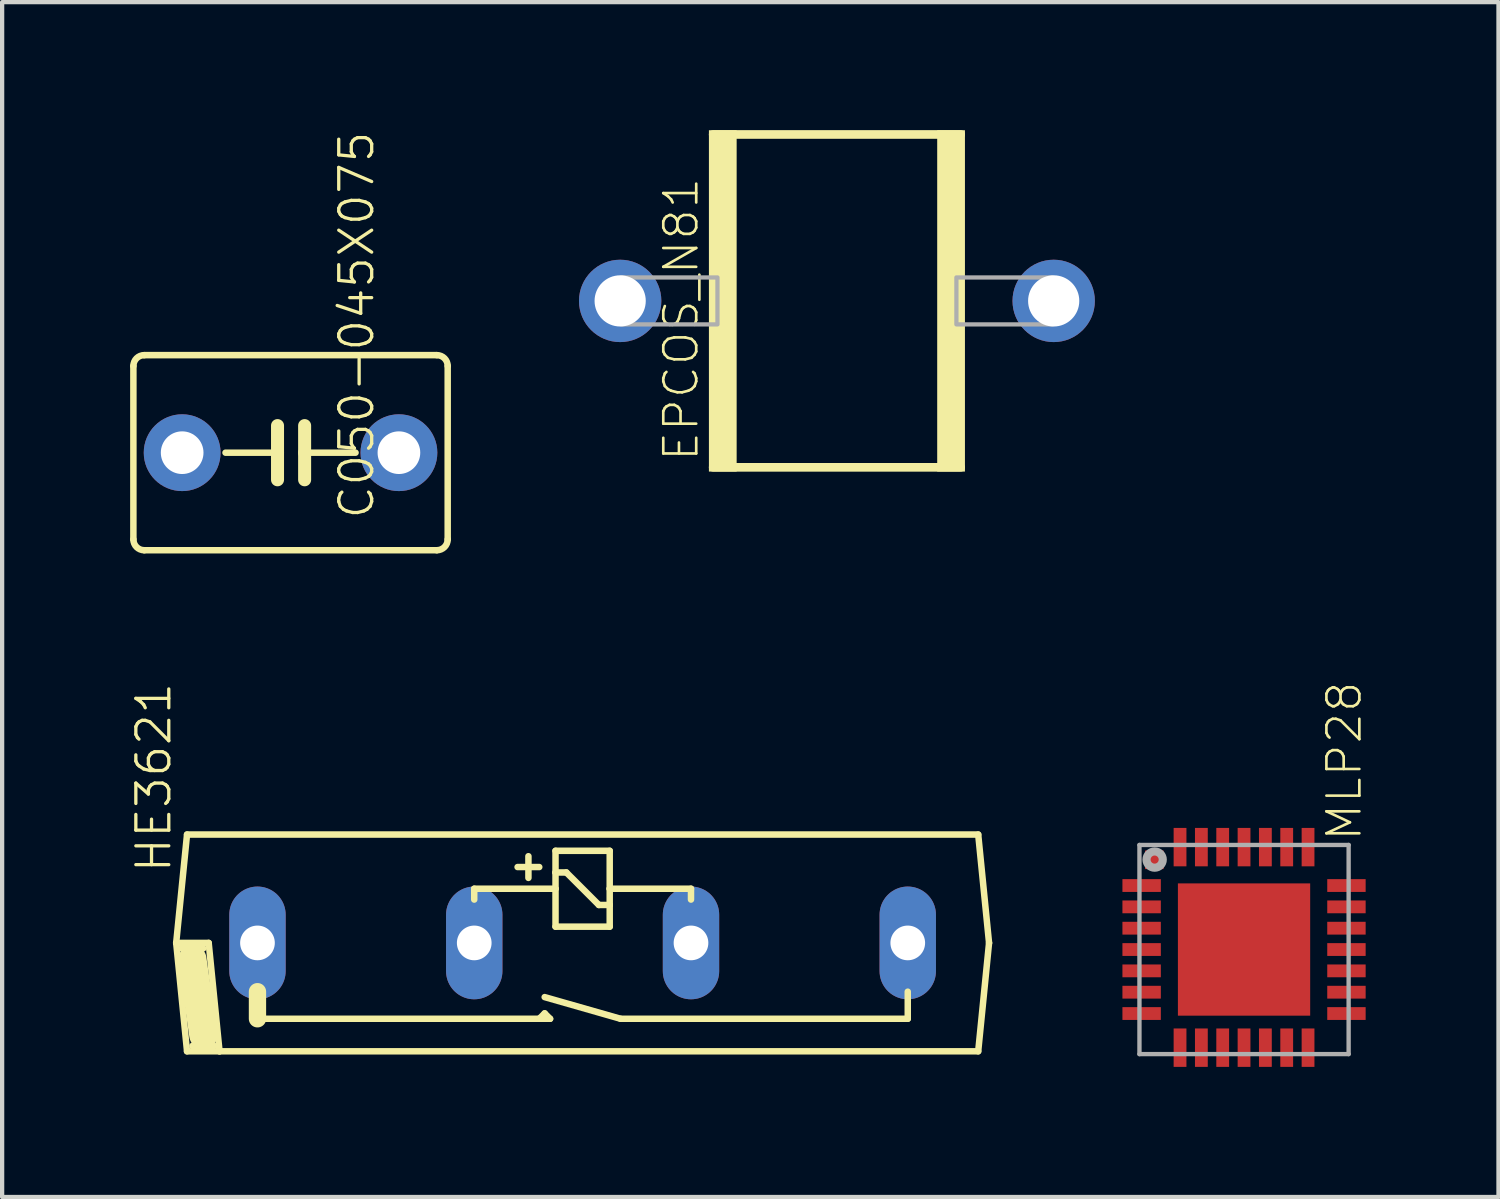
<source format=kicad_pcb>
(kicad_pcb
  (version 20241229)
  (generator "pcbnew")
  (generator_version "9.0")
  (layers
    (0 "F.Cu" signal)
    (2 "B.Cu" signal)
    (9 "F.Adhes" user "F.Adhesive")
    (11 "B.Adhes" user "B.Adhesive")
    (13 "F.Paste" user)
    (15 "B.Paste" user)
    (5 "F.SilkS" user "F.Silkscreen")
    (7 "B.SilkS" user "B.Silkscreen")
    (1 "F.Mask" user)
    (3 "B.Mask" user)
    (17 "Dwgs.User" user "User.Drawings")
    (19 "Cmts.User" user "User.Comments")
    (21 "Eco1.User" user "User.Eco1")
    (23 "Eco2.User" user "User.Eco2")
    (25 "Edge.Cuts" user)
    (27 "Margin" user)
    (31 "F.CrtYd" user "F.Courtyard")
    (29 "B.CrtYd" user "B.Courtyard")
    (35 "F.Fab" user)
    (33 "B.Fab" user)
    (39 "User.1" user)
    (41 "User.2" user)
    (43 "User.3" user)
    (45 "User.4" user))
  (footprint "HE3621"
    (layer "F.Cu")
    (at 10.604 19.048)
    (property "Reference" "HE3621" (at -9.6 -1.6 270) (layer "F.SilkS") (effects (font (size 0.772 0.772) (thickness 0.077)) (justify left bottom)))
    (attr through_hole)
    (fp_line (start -9.525 0) (end -9.271 -2.54) (stroke (width 0.152) (type solid)) (layer "F.SilkS"))
    (fp_line (start -9.525 0) (end -8.763 0) (stroke (width 0.152) (type solid)) (layer "F.SilkS"))
    (fp_line (start -9.271 -2.54) (end 9.271 -2.54) (stroke (width 0.152) (type solid)) (layer "F.SilkS"))
    (fp_line (start -9.271 2.54) (end -9.525 0) (stroke (width 0.152) (type solid)) (layer "F.SilkS"))
    (fp_line (start -9.144 0.381) (end -8.89 2.159) (stroke (width 0.66) (type solid)) (layer "F.SilkS"))
    (fp_line (start -8.89 0.127) (end -9.398 0.127) (stroke (width 0.152) (type solid)) (layer "F.SilkS"))
    (fp_line (start -8.763 0) (end -8.509 2.54) (stroke (width 0.152) (type solid)) (layer "F.SilkS"))
    (fp_line (start -8.636 2.413) (end -9.144 2.413) (stroke (width 0.152) (type solid)) (layer "F.SilkS"))
    (fp_line (start -8.509 2.54) (end -9.271 2.54) (stroke (width 0.152) (type solid)) (layer "F.SilkS"))
    (fp_line (start -7.62 1.778) (end -7.62 1.143) (stroke (width 0.406) (type solid)) (layer "F.SilkS"))
    (fp_line (start -2.54 -1.016) (end -2.54 -1.27) (stroke (width 0.152) (type solid)) (layer "F.SilkS"))
    (fp_line (start -1.524 -1.778) (end -1.016 -1.778) (stroke (width 0.152) (type solid)) (layer "F.SilkS"))
    (fp_line (start -1.27 -1.524) (end -1.27 -2.032) (stroke (width 0.152) (type solid)) (layer "F.SilkS"))
    (fp_line (start -1.016 1.778) (end -7.62 1.778) (stroke (width 0.152) (type solid)) (layer "F.SilkS"))
    (fp_line (start -0.889 1.651) (end -1.016 1.778) (stroke (width 0.152) (type solid)) (layer "F.SilkS"))
    (fp_line (start -0.762 1.778) (end -1.016 1.778) (stroke (width 0.152) (type solid)) (layer "F.SilkS"))
    (fp_line (start -0.762 1.778) (end -0.889 1.651) (stroke (width 0.152) (type solid)) (layer "F.SilkS"))
    (fp_line (start -0.635 -2.159) (end -0.635 -1.651) (stroke (width 0.152) (type solid)) (layer "F.SilkS"))
    (fp_line (start -0.635 -1.651) (end -0.635 -1.27) (stroke (width 0.152) (type solid)) (layer "F.SilkS"))
    (fp_line (start -0.635 -1.651) (end -0.381 -1.651) (stroke (width 0.152) (type solid)) (layer "F.SilkS"))
    (fp_line (start -0.635 -1.27) (end -2.54 -1.27) (stroke (width 0.152) (type solid)) (layer "F.SilkS"))
    (fp_line (start -0.635 -1.27) (end -0.635 -0.381) (stroke (width 0.152) (type solid)) (layer "F.SilkS"))
    (fp_line (start -0.635 -0.381) (end 0.635 -0.381) (stroke (width 0.152) (type solid)) (layer "F.SilkS"))
    (fp_line (start -0.381 -1.651) (end 0.381 -0.889) (stroke (width 0.152) (type solid)) (layer "F.SilkS"))
    (fp_line (start 0.381 -0.889) (end 0.635 -0.889) (stroke (width 0.152) (type solid)) (layer "F.SilkS"))
    (fp_line (start 0.635 -2.159) (end -0.635 -2.159) (stroke (width 0.152) (type solid)) (layer "F.SilkS"))
    (fp_line (start 0.635 -1.27) (end 0.635 -2.159) (stroke (width 0.152) (type solid)) (layer "F.SilkS"))
    (fp_line (start 0.635 -1.27) (end 2.54 -1.27) (stroke (width 0.152) (type solid)) (layer "F.SilkS"))
    (fp_line (start 0.635 -0.889) (end 0.635 -1.27) (stroke (width 0.152) (type solid)) (layer "F.SilkS"))
    (fp_line (start 0.635 -0.381) (end 0.635 -0.889) (stroke (width 0.152) (type solid)) (layer "F.SilkS"))
    (fp_line (start 0.889 1.778) (end -0.889 1.27) (stroke (width 0.152) (type solid)) (layer "F.SilkS"))
    (fp_line (start 2.54 -1.016) (end 2.54 -1.27) (stroke (width 0.152) (type solid)) (layer "F.SilkS"))
    (fp_line (start 7.62 1.143) (end 7.62 1.778) (stroke (width 0.152) (type solid)) (layer "F.SilkS"))
    (fp_line (start 7.62 1.778) (end 0.889 1.778) (stroke (width 0.152) (type solid)) (layer "F.SilkS"))
    (fp_line (start 9.271 -2.54) (end 9.525 0) (stroke (width 0.152) (type solid)) (layer "F.SilkS"))
    (fp_line (start 9.271 2.54) (end -8.509 2.54) (stroke (width 0.152) (type solid)) (layer "F.SilkS"))
    (fp_line (start 9.525 0) (end 9.271 2.54) (stroke (width 0.152) (type solid)) (layer "F.SilkS"))
    (pad "1" thru_hole oval (at -7.62 0 90) (size 2.642 1.321) (drill 0.813) (layers "*.Cu" "*.Mask"))
    (pad "2" thru_hole oval (at -2.54 0 90) (size 2.642 1.321) (drill 0.813) (layers "*.Cu" "*.Mask"))
    (pad "3" thru_hole oval (at 2.54 0 90) (size 2.642 1.321) (drill 0.813) (layers "*.Cu" "*.Mask"))
    (pad "4" thru_hole oval (at 7.62 0 90) (size 2.642 1.321) (drill 0.813) (layers "*.Cu" "*.Mask")))
  (footprint "C050-045X075"
    (layer "F.Cu")
    (at 3.759 7.559)
    (property "Reference" "C050-045X075" (at 2 1.6 270) (layer "F.SilkS") (effects (font (size 0.772 0.772) (thickness 0.077)) (justify left bottom)))
    (attr through_hole)
    (fp_line (start -3.683 -2.032) (end -3.683 2.032) (stroke (width 0.152) (type solid)) (layer "F.SilkS"))
    (fp_line (start -3.429 2.286) (end 3.429 2.286) (stroke (width 0.152) (type solid)) (layer "F.SilkS"))
    (fp_line (start -0.305 -0.635) (end -0.305 0) (stroke (width 0.305) (type solid)) (layer "F.SilkS"))
    (fp_line (start -0.305 0) (end -1.524 0) (stroke (width 0.152) (type solid)) (layer "F.SilkS"))
    (fp_line (start -0.305 0) (end -0.305 0.635) (stroke (width 0.305) (type solid)) (layer "F.SilkS"))
    (fp_line (start 0.33 -0.635) (end 0.33 0) (stroke (width 0.305) (type solid)) (layer "F.SilkS"))
    (fp_line (start 0.33 0) (end 0.33 0.635) (stroke (width 0.305) (type solid)) (layer "F.SilkS"))
    (fp_line (start 0.33 0) (end 1.524 0) (stroke (width 0.152) (type solid)) (layer "F.SilkS"))
    (fp_line (start 3.429 -2.286) (end -3.429 -2.286) (stroke (width 0.152) (type solid)) (layer "F.SilkS"))
    (fp_line (start 3.683 2.032) (end 3.683 -2.032) (stroke (width 0.152) (type solid)) (layer "F.SilkS"))
    (fp_arc (start -3.683 -2.032) (mid -3.608605 -2.211605) (end -3.429 -2.286) (stroke (width 0.1524) (type solid)) (layer "F.SilkS"))
    (fp_arc (start -3.429 2.286) (mid -3.608605 2.211605) (end -3.683 2.032) (stroke (width 0.1524) (type solid)) (layer "F.SilkS"))
    (fp_arc (start 3.429 -2.286) (mid 3.608605 -2.211605) (end 3.683 -2.032) (stroke (width 0.1524) (type solid)) (layer "F.SilkS"))
    (fp_arc (start 3.683 2.032) (mid 3.608605 2.211605) (end 3.429 2.286) (stroke (width 0.1524) (type solid)) (layer "F.SilkS"))
    (pad "1" thru_hole circle (at -2.54 0) (size 1.8 1.8) (drill 1) (layers "*.Cu" "*.Mask"))
    (pad "2" thru_hole circle (at 2.54 0) (size 1.8 1.8) (drill 1) (layers "*.Cu" "*.Mask")))
  (footprint "MLP28"
    (layer "F.Cu")
    (at 26.105 19.203)
    (property "Reference" "MLP28" (at 2.8 -2.5 270) (layer "F.SilkS") (effects (font (size 0.772 0.772) (thickness 0.062)) (justify left bottom)))
    (attr through_hole)
    (fp_poly (pts (xy -2.9 -1.3) (xy -1.9 -1.3) (xy -1.9 -1.7) (xy -2.9 -1.7)) (stroke (width 0) (type solid)) (fill yes) (layer "F.Mask"))
    (fp_poly (pts (xy -2.9 -0.8) (xy -1.9 -0.8) (xy -1.9 -1.2) (xy -2.9 -1.2)) (stroke (width 0) (type solid)) (fill yes) (layer "F.Mask"))
    (fp_poly (pts (xy -2.9 -0.3) (xy -1.9 -0.3) (xy -1.9 -0.7) (xy -2.9 -0.7)) (stroke (width 0) (type solid)) (fill yes) (layer "F.Mask"))
    (fp_poly (pts (xy -2.9 0.2) (xy -1.9 0.2) (xy -1.9 -0.2) (xy -2.9 -0.2)) (stroke (width 0) (type solid)) (fill yes) (layer "F.Mask"))
    (fp_poly (pts (xy -2.9 0.7) (xy -1.9 0.7) (xy -1.9 0.3) (xy -2.9 0.3)) (stroke (width 0) (type solid)) (fill yes) (layer "F.Mask"))
    (fp_poly (pts (xy -2.9 1.2) (xy -1.9 1.2) (xy -1.9 0.8) (xy -2.9 0.8)) (stroke (width 0) (type solid)) (fill yes) (layer "F.Mask"))
    (fp_poly (pts (xy -2.9 1.7) (xy -1.9 1.7) (xy -1.9 1.3) (xy -2.9 1.3)) (stroke (width 0) (type solid)) (fill yes) (layer "F.Mask"))
    (fp_poly (pts (xy -2.35 -1.85) (xy -1.85 -1.85) (xy -1.85 -2.35) (xy -2.35 -2.35)) (stroke (width 0) (type solid)) (fill yes) (layer "F.Mask"))
    (fp_poly (pts (xy -1.65 1.65) (xy 1.65 1.65) (xy 1.65 -1.65) (xy -1.65 -1.65)) (stroke (width 0) (type solid)) (fill yes) (layer "F.Mask"))
    (fp_poly (pts (xy -1.3 -1.9) (xy -1.3 -2.9) (xy -1.7 -2.9) (xy -1.7 -1.9)) (stroke (width 0) (type solid)) (fill yes) (layer "F.Mask"))
    (fp_poly (pts (xy -1.3 2.8) (xy -1.3 1.8) (xy -1.7 1.8) (xy -1.7 2.8)) (stroke (width 0) (type solid)) (fill yes) (layer "F.Mask"))
    (fp_poly (pts (xy -0.8 -1.9) (xy -0.8 -2.9) (xy -1.2 -2.9) (xy -1.2 -1.9)) (stroke (width 0) (type solid)) (fill yes) (layer "F.Mask"))
    (fp_poly (pts (xy -0.8 2.8) (xy -0.8 1.8) (xy -1.2 1.8) (xy -1.2 2.8)) (stroke (width 0) (type solid)) (fill yes) (layer "F.Mask"))
    (fp_poly (pts (xy -0.3 -1.9) (xy -0.3 -2.9) (xy -0.7 -2.9) (xy -0.7 -1.9)) (stroke (width 0) (type solid)) (fill yes) (layer "F.Mask"))
    (fp_poly (pts (xy -0.3 2.8) (xy -0.3 1.8) (xy -0.7 1.8) (xy -0.7 2.8)) (stroke (width 0) (type solid)) (fill yes) (layer "F.Mask"))
    (fp_poly (pts (xy 0.2 -1.9) (xy 0.2 -2.9) (xy -0.2 -2.9) (xy -0.2 -1.9)) (stroke (width 0) (type solid)) (fill yes) (layer "F.Mask"))
    (fp_poly (pts (xy 0.2 2.8) (xy 0.2 1.8) (xy -0.2 1.8) (xy -0.2 2.8)) (stroke (width 0) (type solid)) (fill yes) (layer "F.Mask"))
    (fp_poly (pts (xy 0.7 -1.9) (xy 0.7 -2.9) (xy 0.3 -2.9) (xy 0.3 -1.9)) (stroke (width 0) (type solid)) (fill yes) (layer "F.Mask"))
    (fp_poly (pts (xy 0.7 2.8) (xy 0.7 1.8) (xy 0.3 1.8) (xy 0.3 2.8)) (stroke (width 0) (type solid)) (fill yes) (layer "F.Mask"))
    (fp_poly (pts (xy 1.2 -1.9) (xy 1.2 -2.9) (xy 0.8 -2.9) (xy 0.8 -1.9)) (stroke (width 0) (type solid)) (fill yes) (layer "F.Mask"))
    (fp_poly (pts (xy 1.2 2.8) (xy 1.2 1.8) (xy 0.8 1.8) (xy 0.8 2.8)) (stroke (width 0) (type solid)) (fill yes) (layer "F.Mask"))
    (fp_poly (pts (xy 1.7 -1.9) (xy 1.7 -2.9) (xy 1.3 -2.9) (xy 1.3 -1.9)) (stroke (width 0) (type solid)) (fill yes) (layer "F.Mask"))
    (fp_poly (pts (xy 1.7 2.8) (xy 1.7 1.8) (xy 1.3 1.8) (xy 1.3 2.8)) (stroke (width 0) (type solid)) (fill yes) (layer "F.Mask"))
    (fp_poly (pts (xy 1.9 -1.3) (xy 2.9 -1.3) (xy 2.9 -1.7) (xy 1.9 -1.7)) (stroke (width 0) (type solid)) (fill yes) (layer "F.Mask"))
    (fp_poly (pts (xy 1.9 -0.8) (xy 2.9 -0.8) (xy 2.9 -1.2) (xy 1.9 -1.2)) (stroke (width 0) (type solid)) (fill yes) (layer "F.Mask"))
    (fp_poly (pts (xy 1.9 -0.3) (xy 2.9 -0.3) (xy 2.9 -0.7) (xy 1.9 -0.7)) (stroke (width 0) (type solid)) (fill yes) (layer "F.Mask"))
    (fp_poly (pts (xy 1.9 0.2) (xy 2.9 0.2) (xy 2.9 -0.2) (xy 1.9 -0.2)) (stroke (width 0) (type solid)) (fill yes) (layer "F.Mask"))
    (fp_poly (pts (xy 1.9 0.7) (xy 2.9 0.7) (xy 2.9 0.3) (xy 1.9 0.3)) (stroke (width 0) (type solid)) (fill yes) (layer "F.Mask"))
    (fp_poly (pts (xy 1.9 1.2) (xy 2.9 1.2) (xy 2.9 0.8) (xy 1.9 0.8)) (stroke (width 0) (type solid)) (fill yes) (layer "F.Mask"))
    (fp_poly (pts (xy 1.9 1.7) (xy 2.9 1.7) (xy 2.9 1.3) (xy 1.9 1.3)) (stroke (width 0) (type solid)) (fill yes) (layer "F.Mask"))
    (fp_poly (pts (xy -2.58 -1.37) (xy -2.02 -1.37) (xy -2.02 -1.63) (xy -2.58 -1.63)) (stroke (width 0) (type solid)) (fill yes) (layer "F.Paste"))
    (fp_poly (pts (xy -2.58 -0.87) (xy -2.02 -0.87) (xy -2.02 -1.13) (xy -2.58 -1.13)) (stroke (width 0) (type solid)) (fill yes) (layer "F.Paste"))
    (fp_poly (pts (xy -2.58 -0.37) (xy -2.02 -0.37) (xy -2.02 -0.63) (xy -2.58 -0.63)) (stroke (width 0) (type solid)) (fill yes) (layer "F.Paste"))
    (fp_poly (pts (xy -2.58 0.13) (xy -2.02 0.13) (xy -2.02 -0.13) (xy -2.58 -0.13)) (stroke (width 0) (type solid)) (fill yes) (layer "F.Paste"))
    (fp_poly (pts (xy -2.58 0.63) (xy -2.02 0.63) (xy -2.02 0.37) (xy -2.58 0.37)) (stroke (width 0) (type solid)) (fill yes) (layer "F.Paste"))
    (fp_poly (pts (xy -2.58 1.13) (xy -2.02 1.13) (xy -2.02 0.87) (xy -2.58 0.87)) (stroke (width 0) (type solid)) (fill yes) (layer "F.Paste"))
    (fp_poly (pts (xy -2.58 1.63) (xy -2.02 1.63) (xy -2.02 1.37) (xy -2.58 1.37)) (stroke (width 0) (type solid)) (fill yes) (layer "F.Paste"))
    (fp_poly (pts (xy -2.3 -1.9) (xy -1.9 -1.9) (xy -1.9 -2.3) (xy -2.3 -2.3)) (stroke (width 0) (type solid)) (fill yes) (layer "F.Paste"))
    (fp_poly (pts (xy -1.63 -2.58) (xy -1.63 -2.02) (xy -1.37 -2.02) (xy -1.37 -2.58)) (stroke (width 0) (type solid)) (fill yes) (layer "F.Paste"))
    (fp_poly (pts (xy -1.37 2.58) (xy -1.37 2.02) (xy -1.63 2.02) (xy -1.63 2.58)) (stroke (width 0) (type solid)) (fill yes) (layer "F.Paste"))
    (fp_poly (pts (xy -1.28 -1.12) (xy -0.72 -1.12) (xy -0.72 -1.38) (xy -1.28 -1.38)) (stroke (width 0) (type solid)) (fill yes) (layer "F.Paste"))
    (fp_poly (pts (xy -1.28 -0.62) (xy -0.72 -0.62) (xy -0.72 -0.88) (xy -1.28 -0.88)) (stroke (width 0) (type solid)) (fill yes) (layer "F.Paste"))
    (fp_poly (pts (xy -1.28 -0.12) (xy -0.72 -0.12) (xy -0.72 -0.38) (xy -1.28 -0.38)) (stroke (width 0) (type solid)) (fill yes) (layer "F.Paste"))
    (fp_poly (pts (xy -1.28 0.38) (xy -0.72 0.38) (xy -0.72 0.12) (xy -1.28 0.12)) (stroke (width 0) (type solid)) (fill yes) (layer "F.Paste"))
    (fp_poly (pts (xy -1.28 0.88) (xy -0.72 0.88) (xy -0.72 0.62) (xy -1.28 0.62)) (stroke (width 0) (type solid)) (fill yes) (layer "F.Paste"))
    (fp_poly (pts (xy -1.28 1.38) (xy -0.72 1.38) (xy -0.72 1.12) (xy -1.28 1.12)) (stroke (width 0) (type solid)) (fill yes) (layer "F.Paste"))
    (fp_poly (pts (xy -1.13 -2.58) (xy -1.13 -2.02) (xy -0.87 -2.02) (xy -0.87 -2.58)) (stroke (width 0) (type solid)) (fill yes) (layer "F.Paste"))
    (fp_poly (pts (xy -0.87 2.58) (xy -0.87 2.02) (xy -1.13 2.02) (xy -1.13 2.58)) (stroke (width 0) (type solid)) (fill yes) (layer "F.Paste"))
    (fp_poly (pts (xy -0.63 -2.58) (xy -0.63 -2.02) (xy -0.37 -2.02) (xy -0.37 -2.58)) (stroke (width 0) (type solid)) (fill yes) (layer "F.Paste"))
    (fp_poly (pts (xy -0.37 2.58) (xy -0.37 2.02) (xy -0.63 2.02) (xy -0.63 2.58)) (stroke (width 0) (type solid)) (fill yes) (layer "F.Paste"))
    (fp_poly (pts (xy -0.28 -1.12) (xy 0.28 -1.12) (xy 0.28 -1.38) (xy -0.28 -1.38)) (stroke (width 0) (type solid)) (fill yes) (layer "F.Paste"))
    (fp_poly (pts (xy -0.28 -0.62) (xy 0.28 -0.62) (xy 0.28 -0.88) (xy -0.28 -0.88)) (stroke (width 0) (type solid)) (fill yes) (layer "F.Paste"))
    (fp_poly (pts (xy -0.28 -0.12) (xy 0.28 -0.12) (xy 0.28 -0.38) (xy -0.28 -0.38)) (stroke (width 0) (type solid)) (fill yes) (layer "F.Paste"))
    (fp_poly (pts (xy -0.28 0.38) (xy 0.28 0.38) (xy 0.28 0.12) (xy -0.28 0.12)) (stroke (width 0) (type solid)) (fill yes) (layer "F.Paste"))
    (fp_poly (pts (xy -0.28 0.88) (xy 0.28 0.88) (xy 0.28 0.62) (xy -0.28 0.62)) (stroke (width 0) (type solid)) (fill yes) (layer "F.Paste"))
    (fp_poly (pts (xy -0.28 1.38) (xy 0.28 1.38) (xy 0.28 1.12) (xy -0.28 1.12)) (stroke (width 0) (type solid)) (fill yes) (layer "F.Paste"))
    (fp_poly (pts (xy -0.13 -2.58) (xy -0.13 -2.02) (xy 0.13 -2.02) (xy 0.13 -2.58)) (stroke (width 0) (type solid)) (fill yes) (layer "F.Paste"))
    (fp_poly (pts (xy 0.13 2.58) (xy 0.13 2.02) (xy -0.13 2.02) (xy -0.13 2.58)) (stroke (width 0) (type solid)) (fill yes) (layer "F.Paste"))
    (fp_poly (pts (xy 0.37 -2.58) (xy 0.37 -2.02) (xy 0.63 -2.02) (xy 0.63 -2.58)) (stroke (width 0) (type solid)) (fill yes) (layer "F.Paste"))
    (fp_poly (pts (xy 0.63 2.58) (xy 0.63 2.02) (xy 0.37 2.02) (xy 0.37 2.58)) (stroke (width 0) (type solid)) (fill yes) (layer "F.Paste"))
    (fp_poly (pts (xy 0.72 -1.12) (xy 1.28 -1.12) (xy 1.28 -1.38) (xy 0.72 -1.38)) (stroke (width 0) (type solid)) (fill yes) (layer "F.Paste"))
    (fp_poly (pts (xy 0.72 -0.62) (xy 1.28 -0.62) (xy 1.28 -0.88) (xy 0.72 -0.88)) (stroke (width 0) (type solid)) (fill yes) (layer "F.Paste"))
    (fp_poly (pts (xy 0.72 -0.12) (xy 1.28 -0.12) (xy 1.28 -0.38) (xy 0.72 -0.38)) (stroke (width 0) (type solid)) (fill yes) (layer "F.Paste"))
    (fp_poly (pts (xy 0.72 0.38) (xy 1.28 0.38) (xy 1.28 0.12) (xy 0.72 0.12)) (stroke (width 0) (type solid)) (fill yes) (layer "F.Paste"))
    (fp_poly (pts (xy 0.72 0.88) (xy 1.28 0.88) (xy 1.28 0.62) (xy 0.72 0.62)) (stroke (width 0) (type solid)) (fill yes) (layer "F.Paste"))
    (fp_poly (pts (xy 0.72 1.38) (xy 1.28 1.38) (xy 1.28 1.12) (xy 0.72 1.12)) (stroke (width 0) (type solid)) (fill yes) (layer "F.Paste"))
    (fp_poly (pts (xy 0.87 -2.58) (xy 0.87 -2.02) (xy 1.13 -2.02) (xy 1.13 -2.58)) (stroke (width 0) (type solid)) (fill yes) (layer "F.Paste"))
    (fp_poly (pts (xy 1.13 2.58) (xy 1.13 2.02) (xy 0.87 2.02) (xy 0.87 2.58)) (stroke (width 0) (type solid)) (fill yes) (layer "F.Paste"))
    (fp_poly (pts (xy 1.37 -2.58) (xy 1.37 -2.02) (xy 1.63 -2.02) (xy 1.63 -2.58)) (stroke (width 0) (type solid)) (fill yes) (layer "F.Paste"))
    (fp_poly (pts (xy 1.63 2.58) (xy 1.63 2.02) (xy 1.37 2.02) (xy 1.37 2.58)) (stroke (width 0) (type solid)) (fill yes) (layer "F.Paste"))
    (fp_poly (pts (xy 2.58 -1.63) (xy 2.02 -1.63) (xy 2.02 -1.37) (xy 2.58 -1.37)) (stroke (width 0) (type solid)) (fill yes) (layer "F.Paste"))
    (fp_poly (pts (xy 2.58 -1.13) (xy 2.02 -1.13) (xy 2.02 -0.87) (xy 2.58 -0.87)) (stroke (width 0) (type solid)) (fill yes) (layer "F.Paste"))
    (fp_poly (pts (xy 2.58 -0.63) (xy 2.02 -0.63) (xy 2.02 -0.37) (xy 2.58 -0.37)) (stroke (width 0) (type solid)) (fill yes) (layer "F.Paste"))
    (fp_poly (pts (xy 2.58 -0.13) (xy 2.02 -0.13) (xy 2.02 0.13) (xy 2.58 0.13)) (stroke (width 0) (type solid)) (fill yes) (layer "F.Paste"))
    (fp_poly (pts (xy 2.58 0.37) (xy 2.02 0.37) (xy 2.02 0.63) (xy 2.58 0.63)) (stroke (width 0) (type solid)) (fill yes) (layer "F.Paste"))
    (fp_poly (pts (xy 2.58 0.87) (xy 2.02 0.87) (xy 2.02 1.13) (xy 2.58 1.13)) (stroke (width 0) (type solid)) (fill yes) (layer "F.Paste"))
    (fp_poly (pts (xy 2.58 1.37) (xy 2.02 1.37) (xy 2.02 1.63) (xy 2.58 1.63)) (stroke (width 0) (type solid)) (fill yes) (layer "F.Paste"))
    (fp_line (start -2.451 -2.451) (end 2.451 -2.451) (stroke (width 0.102) (type solid)) (layer "F.Fab"))
    (fp_line (start -2.451 2.451) (end -2.451 -2.451) (stroke (width 0.102) (type solid)) (layer "F.Fab"))
    (fp_line (start 2.451 -2.451) (end 2.451 2.451) (stroke (width 0.102) (type solid)) (layer "F.Fab"))
    (fp_line (start 2.451 2.451) (end -2.451 2.451) (stroke (width 0.102) (type solid)) (layer "F.Fab"))
    (fp_circle (center -2.095 -2.108) (end -2 -2.108) (stroke (width 0.191) (type solid)) (fill no) (layer "F.Fab"))
    (pad "1" smd rect (at -2.4 -1.5) (size 0.9 0.3) (layers "F.Cu" "F.Mask"))
    (pad "2" smd rect (at -2.4 -1) (size 0.9 0.3) (layers "F.Cu" "F.Mask"))
    (pad "3" smd rect (at -2.4 -0.5) (size 0.9 0.3) (layers "F.Cu" "F.Mask"))
    (pad "4" smd rect (at -2.4 0) (size 0.9 0.3) (layers "F.Cu" "F.Mask"))
    (pad "5" smd rect (at -2.4 0.5) (size 0.9 0.3) (layers "F.Cu" "F.Mask"))
    (pad "6" smd rect (at -2.4 1) (size 0.9 0.3) (layers "F.Cu" "F.Mask"))
    (pad "7" smd rect (at -2.4 1.5) (size 0.9 0.3) (layers "F.Cu" "F.Mask"))
    (pad "8" smd rect (at -1.5 2.3 90) (size 0.9 0.3) (layers "F.Cu" "F.Mask"))
    (pad "9" smd rect (at -1 2.3 90) (size 0.9 0.3) (layers "F.Cu" "F.Mask"))
    (pad "10" smd rect (at -0.5 2.3 90) (size 0.9 0.3) (layers "F.Cu" "F.Mask"))
    (pad "11" smd rect (at 0 2.3 90) (size 0.9 0.3) (layers "F.Cu" "F.Mask"))
    (pad "12" smd rect (at 0.5 2.3 90) (size 0.9 0.3) (layers "F.Cu" "F.Mask"))
    (pad "13" smd rect (at 1 2.3 90) (size 0.9 0.3) (layers "F.Cu" "F.Mask"))
    (pad "14" smd rect (at 1.5 2.3 90) (size 0.9 0.3) (layers "F.Cu" "F.Mask"))
    (pad "15" smd rect (at 2.4 1.5 180) (size 0.9 0.3) (layers "F.Cu" "F.Mask"))
    (pad "16" smd rect (at 2.4 1 180) (size 0.9 0.3) (layers "F.Cu" "F.Mask"))
    (pad "17" smd rect (at 2.4 0.5 180) (size 0.9 0.3) (layers "F.Cu" "F.Mask"))
    (pad "18" smd rect (at 2.4 0 180) (size 0.9 0.3) (layers "F.Cu" "F.Mask"))
    (pad "19" smd rect (at 2.4 -0.5 180) (size 0.9 0.3) (layers "F.Cu" "F.Mask"))
    (pad "20" smd rect (at 2.4 -1 180) (size 0.9 0.3) (layers "F.Cu" "F.Mask"))
    (pad "21" smd rect (at 2.4 -1.5 180) (size 0.9 0.3) (layers "F.Cu" "F.Mask"))
    (pad "22" smd rect (at 1.5 -2.4 270) (size 0.9 0.3) (layers "F.Cu" "F.Mask"))
    (pad "23" smd rect (at 1 -2.4 270) (size 0.9 0.3) (layers "F.Cu" "F.Mask"))
    (pad "24" smd rect (at 0.5 -2.4 270) (size 0.9 0.3) (layers "F.Cu" "F.Mask"))
    (pad "25" smd rect (at 0 -2.4 270) (size 0.9 0.3) (layers "F.Cu" "F.Mask"))
    (pad "26" smd rect (at -0.5 -2.4 270) (size 0.9 0.3) (layers "F.Cu" "F.Mask"))
    (pad "27" smd rect (at -1 -2.4 270) (size 0.9 0.3) (layers "F.Cu" "F.Mask"))
    (pad "28" smd rect (at -1.5 -2.4 270) (size 0.9 0.3) (layers "F.Cu" "F.Mask"))
    (pad "EXP" smd rect (at 0 0) (size 3.1 3.1) (layers "F.Cu" "F.Mask"))
    (pad "M" smd rect (at -2.103 -2.103) (size 0.435 0.435) (layers "F.Cu" "F.Mask")))
  (footprint "EPCOS_N81"
    (layer "F.Cu")
    (at 16.564 4.002)
    (property "Reference" "EPCOS_N81" (at -3.2 3.8 90) (layer "F.SilkS") (effects (font (size 0.772 0.772) (thickness 0.062)) (justify left bottom)))
    (attr through_hole)
    (fp_line (start -2.9 -3.9) (end 2.9 -3.9) (stroke (width 0.203) (type solid)) (layer "F.SilkS"))
    (fp_line (start 2.9 3.9) (end -2.9 3.9) (stroke (width 0.203) (type solid)) (layer "F.SilkS"))
    (fp_poly (pts (xy -3 4) (xy -2.35 4) (xy -2.35 -4) (xy -3 -4)) (stroke (width 0) (type solid)) (fill yes) (layer "F.SilkS"))
    (fp_poly (pts (xy 2.35 4) (xy 3 4) (xy 3 -4) (xy 2.35 -4)) (stroke (width 0) (type solid)) (fill yes) (layer "F.SilkS"))
    (fp_circle (center -5.05 0) (end -4.775 0) (stroke (width 0.55) (type solid)) (fill no) (layer "F.Fab"))
    (fp_circle (center 5.05 0) (end 5.325 0) (stroke (width 0.55) (type solid)) (fill no) (layer "F.Fab"))
    (fp_poly (pts (xy -5.05 0.55) (xy -2.8 0.55) (xy -2.8 -0.55) (xy -5.05 -0.55)) (stroke (width 0.1) (type solid)) (fill no) (layer "F.Fab"))
    (fp_poly (pts (xy 5.05 -0.55) (xy 2.8 -0.55) (xy 2.8 0.55) (xy 5.05 0.55)) (stroke (width 0.1) (type solid)) (fill no) (layer "F.Fab"))
    (pad "1" thru_hole circle (at -5.08 0) (size 1.93 1.93) (drill 1.2) (layers "*.Cu" "*.Mask"))
    (pad "2" thru_hole circle (at 5.08 0) (size 1.93 1.93) (drill 1.2) (layers "*.Cu" "*.Mask")))
  (gr_rect
    (start -3 -3)
    (end 32.068 25.003)
    (stroke (width 0.1) (type default))
    (fill no)
    (layer "Edge.Cuts")))
</source>
